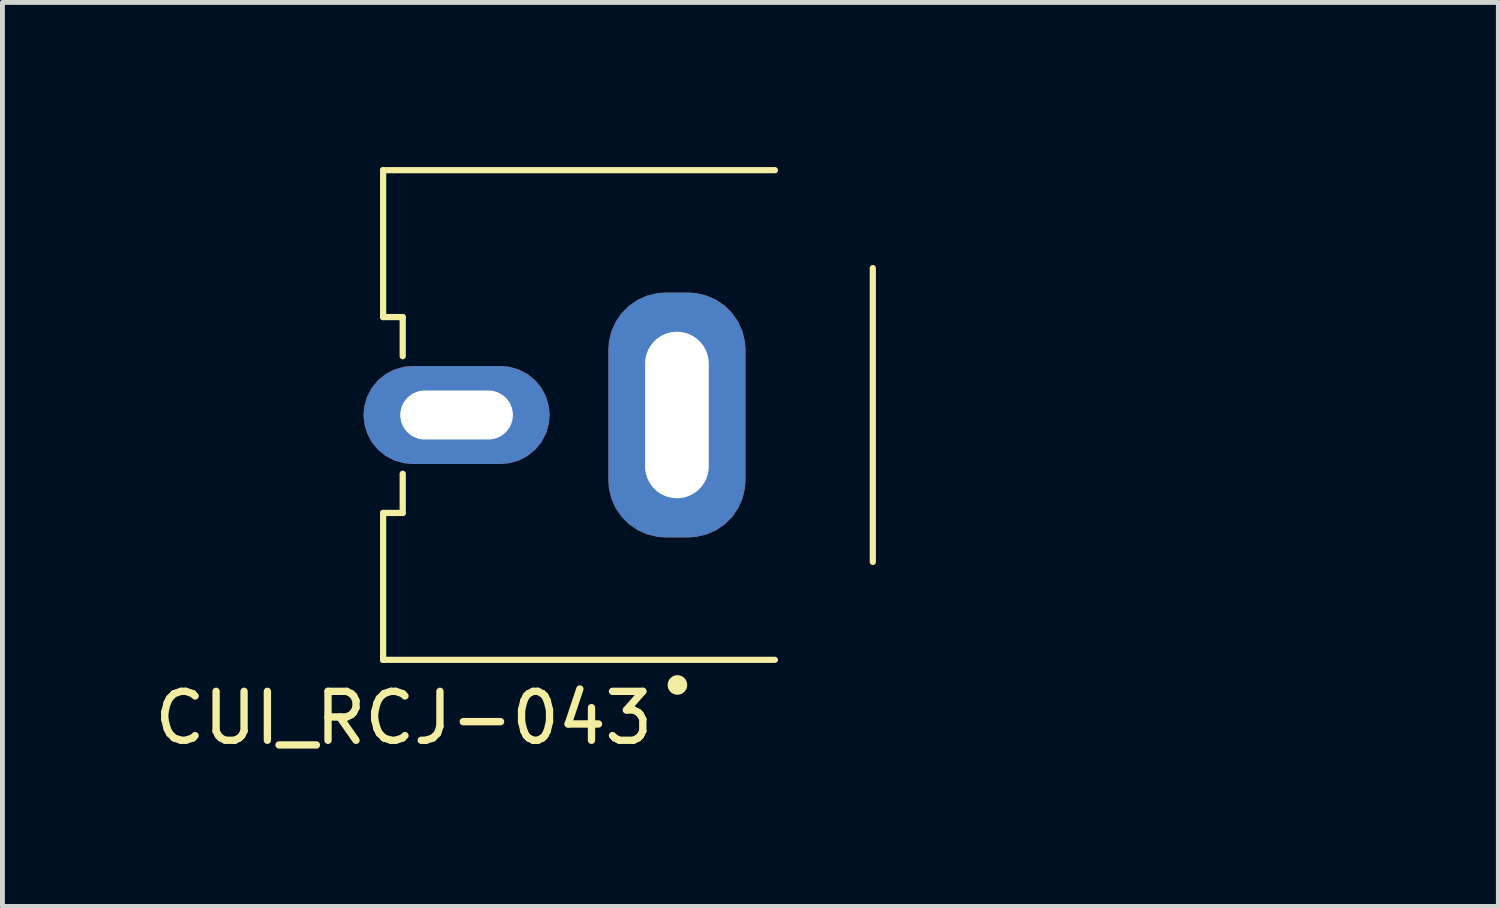
<source format=kicad_pcb>
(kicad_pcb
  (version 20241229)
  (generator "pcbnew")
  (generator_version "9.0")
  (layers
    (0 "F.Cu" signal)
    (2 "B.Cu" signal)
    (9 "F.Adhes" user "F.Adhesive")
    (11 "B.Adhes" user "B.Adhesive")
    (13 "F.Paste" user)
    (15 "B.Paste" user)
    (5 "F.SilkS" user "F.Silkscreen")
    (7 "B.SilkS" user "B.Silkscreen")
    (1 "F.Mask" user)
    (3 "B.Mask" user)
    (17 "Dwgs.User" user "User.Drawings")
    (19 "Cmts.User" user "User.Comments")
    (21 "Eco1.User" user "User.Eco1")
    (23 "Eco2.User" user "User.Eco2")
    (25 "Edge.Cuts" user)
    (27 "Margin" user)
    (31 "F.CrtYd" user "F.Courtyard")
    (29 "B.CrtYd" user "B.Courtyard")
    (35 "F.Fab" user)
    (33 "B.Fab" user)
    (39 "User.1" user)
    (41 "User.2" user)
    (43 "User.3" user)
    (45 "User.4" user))
  (footprint "CUI_RCJ-043"
    (layer "F.Cu")
    (at 14.774 5.425)
    (property "Reference" "CUI_RCJ-043" (at -9.578 6.188 0) (layer "F.SilkS") (effects (font (size 1 1) (thickness 0.15))))
    (attr through_hole)
    (fp_line (start -10 -5) (end -2 -5) (stroke (width 0.127) (type solid)) (layer "F.SilkS"))
    (fp_line (start -10 -2) (end -10 -5) (stroke (width 0.127) (type solid)) (layer "F.SilkS"))
    (fp_line (start -10 2) (end -9.6 2) (stroke (width 0.127) (type solid)) (layer "F.SilkS"))
    (fp_line (start -10 5) (end -10 2) (stroke (width 0.127) (type solid)) (layer "F.SilkS"))
    (fp_line (start -10 5) (end -2 5) (stroke (width 0.127) (type solid)) (layer "F.SilkS"))
    (fp_line (start -9.6 -2) (end -10 -2) (stroke (width 0.127) (type solid)) (layer "F.SilkS"))
    (fp_line (start -9.6 -1.2) (end -9.6 -2) (stroke (width 0.127) (type solid)) (layer "F.SilkS"))
    (fp_line (start -9.6 2) (end -9.6 1.2) (stroke (width 0.127) (type solid)) (layer "F.SilkS"))
    (fp_line (start 0 3) (end 0 -3) (stroke (width 0.127) (type solid)) (layer "F.SilkS"))
    (fp_circle (center -3.99 5.513) (end -3.89 5.513) (stroke (width 0.2) (type solid)) (fill no) (layer "F.SilkS"))
    (fp_line (start -10.45 -5.25) (end -10.45 5.25) (stroke (width 0.05) (type solid)) (layer "Eco1.User"))
    (fp_line (start -10.45 5.25) (end -1.95 5.25) (stroke (width 0.05) (type solid)) (layer "Eco1.User"))
    (fp_line (start -1.95 -5.4) (end -1.95 -5.25) (stroke (width 0.05) (type solid)) (layer "Eco1.User"))
    (fp_line (start -1.95 -5.25) (end -10.45 -5.25) (stroke (width 0.05) (type solid)) (layer "Eco1.User"))
    (fp_line (start -1.95 5.25) (end -1.95 5.4) (stroke (width 0.05) (type solid)) (layer "Eco1.User"))
    (fp_line (start -1.95 5.4) (end 0.25 5.4) (stroke (width 0.05) (type solid)) (layer "Eco1.User"))
    (fp_line (start 0.25 -5.4) (end -1.95 -5.4) (stroke (width 0.05) (type solid)) (layer "Eco1.User"))
    (fp_line (start 0.25 -4.4) (end 0.25 -5.4) (stroke (width 0.05) (type solid)) (layer "Eco1.User"))
    (fp_line (start 0.25 4.4) (end 9.75 4.4) (stroke (width 0.05) (type solid)) (layer "Eco1.User"))
    (fp_line (start 0.25 5.4) (end 0.25 4.4) (stroke (width 0.05) (type solid)) (layer "Eco1.User"))
    (fp_line (start 9.75 -4.4) (end 0.25 -4.4) (stroke (width 0.05) (type solid)) (layer "Eco1.User"))
    (fp_line (start 9.75 4.4) (end 9.75 -4.4) (stroke (width 0.05) (type solid)) (layer "Eco1.User"))
    (fp_line (start -10 -5) (end 0 -5) (stroke (width 0.127) (type solid)) (layer "Eco2.User"))
    (fp_line (start -10 -2) (end -10 -5) (stroke (width 0.127) (type solid)) (layer "Eco2.User"))
    (fp_line (start -10 2) (end -9.6 2) (stroke (width 0.127) (type solid)) (layer "Eco2.User"))
    (fp_line (start -10 5) (end -10 2) (stroke (width 0.127) (type solid)) (layer "Eco2.User"))
    (fp_line (start -9.6 -2) (end -10 -2) (stroke (width 0.127) (type solid)) (layer "Eco2.User"))
    (fp_line (start -9.6 2) (end -9.6 -2) (stroke (width 0.127) (type solid)) (layer "Eco2.User"))
    (fp_line (start -9.59 0) (end 9.5 0) (stroke (width 0.05) (type solid)) (layer "Eco2.User"))
    (fp_line (start 0 -5) (end 0 -4.15) (stroke (width 0.127) (type solid)) (layer "Eco2.User"))
    (fp_line (start 0 -4.15) (end 0 4.15) (stroke (width 0.127) (type solid)) (layer "Eco2.User"))
    (fp_line (start 0 -4.15) (end 8.91 -4.15) (stroke (width 0.127) (type solid)) (layer "Eco2.User"))
    (fp_line (start 0 4.15) (end 0 5) (stroke (width 0.127) (type solid)) (layer "Eco2.User"))
    (fp_line (start 0 5) (end -10 5) (stroke (width 0.127) (type solid)) (layer "Eco2.User"))
    (fp_line (start 9.11 4.15) (end 0 4.15) (stroke (width 0.127) (type solid)) (layer "Eco2.User"))
    (fp_line (start 9.5 -3.56) (end 9.5 3.76) (stroke (width 0.127) (type solid)) (layer "Eco2.User"))
    (fp_arc (start 8.91 -4.15) (mid 9.327193 -3.977193) (end 9.5 -3.56) (stroke (width 0.127) (type solid)) (layer "Eco2.User"))
    (fp_arc (start 9.5 3.76) (mid 9.385772 4.035772) (end 9.11 4.15) (stroke (width 0.127) (type solid)) (layer "Eco2.User"))
    (fp_circle (center -3.99 3.1) (end -3.89 3.1) (stroke (width 0.2) (type solid)) (fill no) (layer "Eco2.User"))
    (fp_line (start -1.7 -5.15) (end -1.7 -3.35) (stroke (width 0.0001) (type solid)) (layer "Edge.Cuts"))
    (fp_line (start -1.7 -3.35) (end 0 -3.35) (stroke (width 0.0001) (type solid)) (layer "Edge.Cuts"))
    (fp_line (start -1.7 3.35) (end -1.7 5.15) (stroke (width 0.0001) (type solid)) (layer "Edge.Cuts"))
    (fp_line (start -1.7 5.15) (end 0 5.15) (stroke (width 0.0001) (type solid)) (layer "Edge.Cuts"))
    (fp_line (start 0 -5.15) (end -1.7 -5.15) (stroke (width 0.0001) (type solid)) (layer "Edge.Cuts"))
    (fp_line (start 0 -3.35) (end 0 -5.15) (stroke (width 0.0001) (type solid)) (layer "Edge.Cuts"))
    (fp_line (start 0 3.35) (end -1.7 3.35) (stroke (width 0.0001) (type solid)) (layer "Edge.Cuts"))
    (fp_line (start 0 5.15) (end 0 3.35) (stroke (width 0.0001) (type solid)) (layer "Edge.Cuts"))
    (pad "1" thru_hole roundrect (at -8.5 0 180) (size 3.8 2) (drill oval 2.3 1) (layers "*.Cu" "*.Mask") (roundrect_rratio 0.5))
    (pad "2" thru_hole roundrect (at -4 0 90) (size 5 2.8) (drill oval 3.4 1.3) (layers "*.Cu" "*.Mask") (roundrect_rratio 0.417)))
  (gr_rect
    (start -3 -3)
    (end 27.549 15.461)
    (stroke (width 0.1) (type default))
    (fill no)
    (layer "Edge.Cuts")))
</source>
